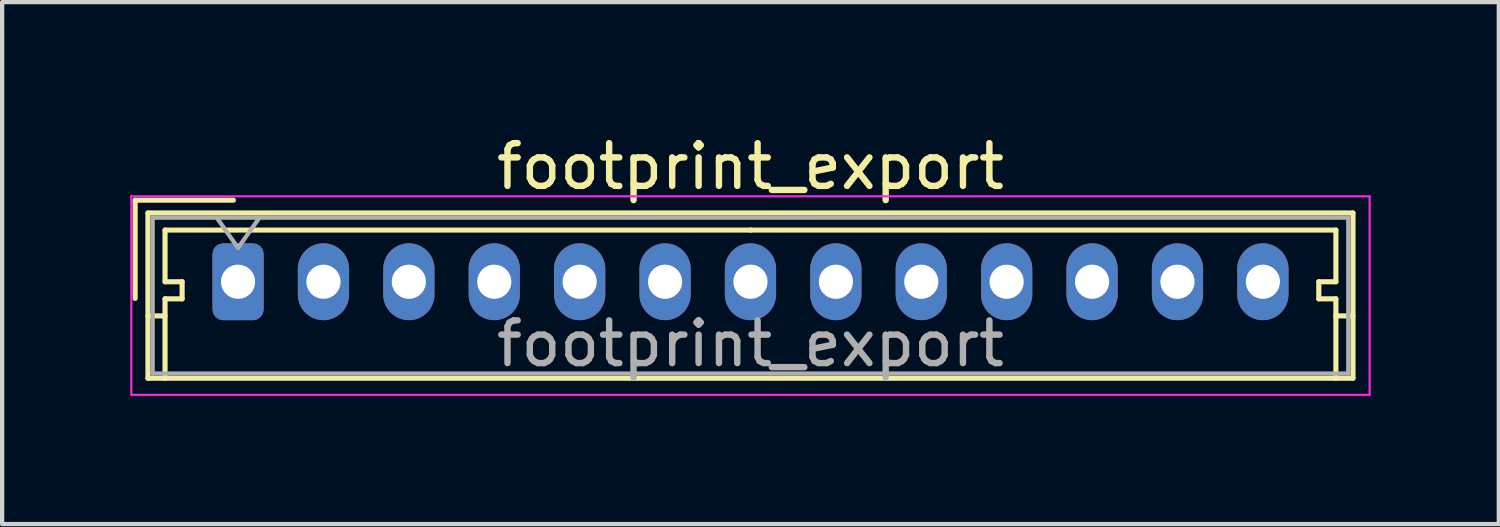
<source format=kicad_pcb>
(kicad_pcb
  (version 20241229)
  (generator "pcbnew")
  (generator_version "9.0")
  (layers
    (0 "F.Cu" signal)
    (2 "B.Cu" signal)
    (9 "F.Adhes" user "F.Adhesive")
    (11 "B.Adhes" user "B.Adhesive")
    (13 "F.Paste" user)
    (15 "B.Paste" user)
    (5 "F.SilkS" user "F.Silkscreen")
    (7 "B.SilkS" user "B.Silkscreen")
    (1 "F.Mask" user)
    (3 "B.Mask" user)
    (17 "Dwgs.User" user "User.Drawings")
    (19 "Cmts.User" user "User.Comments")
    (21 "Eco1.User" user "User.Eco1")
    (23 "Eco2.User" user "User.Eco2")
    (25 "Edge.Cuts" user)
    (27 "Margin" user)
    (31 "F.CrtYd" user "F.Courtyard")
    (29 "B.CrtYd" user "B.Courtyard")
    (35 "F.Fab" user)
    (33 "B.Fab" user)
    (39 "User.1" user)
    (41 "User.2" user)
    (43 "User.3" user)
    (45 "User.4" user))
  (footprint "footprint_export"
    (layer "F.Cu")
    (at 2.525 3.548)
    (property "Reference" "footprint_export" (at 12 -2.7 0) (layer "F.SilkS") (effects (font (size 1 1) (thickness 0.15))))
    (attr through_hole)
    (fp_line (start -2.41 -1.91) (end -2.41 0.39) (stroke (width 0.12) (type solid)) (layer "F.SilkS"))
    (fp_line (start -2.11 -1.61) (end -2.11 2.26) (stroke (width 0.12) (type solid)) (layer "F.SilkS"))
    (fp_line (start -2.11 0.8) (end -1.71 0.8) (stroke (width 0.12) (type solid)) (layer "F.SilkS"))
    (fp_line (start -2.11 2.26) (end 26.11 2.26) (stroke (width 0.12) (type solid)) (layer "F.SilkS"))
    (fp_line (start -1.71 -1.21) (end -1.71 0) (stroke (width 0.12) (type solid)) (layer "F.SilkS"))
    (fp_line (start -1.71 0) (end -1.31 0) (stroke (width 0.12) (type solid)) (layer "F.SilkS"))
    (fp_line (start -1.71 0.4) (end -1.71 2.26) (stroke (width 0.12) (type solid)) (layer "F.SilkS"))
    (fp_line (start -1.31 0) (end -1.31 0.4) (stroke (width 0.12) (type solid)) (layer "F.SilkS"))
    (fp_line (start -1.31 0.4) (end -1.71 0.4) (stroke (width 0.12) (type solid)) (layer "F.SilkS"))
    (fp_line (start -0.11 -1.91) (end -2.41 -1.91) (stroke (width 0.12) (type solid)) (layer "F.SilkS"))
    (fp_line (start 12 -1.21) (end -1.71 -1.21) (stroke (width 0.12) (type solid)) (layer "F.SilkS"))
    (fp_line (start 12 -1.21) (end 25.71 -1.21) (stroke (width 0.12) (type solid)) (layer "F.SilkS"))
    (fp_line (start 25.31 0) (end 25.31 0.4) (stroke (width 0.12) (type solid)) (layer "F.SilkS"))
    (fp_line (start 25.31 0.4) (end 25.71 0.4) (stroke (width 0.12) (type solid)) (layer "F.SilkS"))
    (fp_line (start 25.71 -1.21) (end 25.71 0) (stroke (width 0.12) (type solid)) (layer "F.SilkS"))
    (fp_line (start 25.71 0) (end 25.31 0) (stroke (width 0.12) (type solid)) (layer "F.SilkS"))
    (fp_line (start 25.71 0.4) (end 25.71 2.26) (stroke (width 0.12) (type solid)) (layer "F.SilkS"))
    (fp_line (start 26.11 -1.61) (end -2.11 -1.61) (stroke (width 0.12) (type solid)) (layer "F.SilkS"))
    (fp_line (start 26.11 0.8) (end 25.71 0.8) (stroke (width 0.12) (type solid)) (layer "F.SilkS"))
    (fp_line (start 26.11 2.26) (end 26.11 -1.61) (stroke (width 0.12) (type solid)) (layer "F.SilkS"))
    (fp_line (start -2.5 -2) (end -2.5 2.65) (stroke (width 0.05) (type solid)) (layer "F.CrtYd"))
    (fp_line (start -2.5 2.65) (end 26.5 2.65) (stroke (width 0.05) (type solid)) (layer "F.CrtYd"))
    (fp_line (start 26.5 -2) (end -2.5 -2) (stroke (width 0.05) (type solid)) (layer "F.CrtYd"))
    (fp_line (start 26.5 2.65) (end 26.5 -2) (stroke (width 0.05) (type solid)) (layer "F.CrtYd"))
    (fp_line (start -2 -1.5) (end -2 2.15) (stroke (width 0.1) (type solid)) (layer "F.Fab"))
    (fp_line (start -2 2.15) (end 26 2.15) (stroke (width 0.1) (type solid)) (layer "F.Fab"))
    (fp_line (start -0.5 -1.5) (end 0 -0.793) (stroke (width 0.1) (type solid)) (layer "F.Fab"))
    (fp_line (start 0 -0.793) (end 0.5 -1.5) (stroke (width 0.1) (type solid)) (layer "F.Fab"))
    (fp_line (start 26 -1.5) (end -2 -1.5) (stroke (width 0.1) (type solid)) (layer "F.Fab"))
    (fp_line (start 26 2.15) (end 26 -1.5) (stroke (width 0.1) (type solid)) (layer "F.Fab"))
    (fp_text user "${REFERENCE}" (at 12 1.45 0) (layer "F.Fab") (effects (font (size 1 1) (thickness 0.15))))
    (pad "1" thru_hole roundrect (at 0 0) (size 1.2 1.8) (drill 0.8) (layers "*.Cu" "*.Mask") (roundrect_rratio 0.208))
    (pad "2" thru_hole oval (at 2 0) (size 1.2 1.8) (drill 0.8) (layers "*.Cu" "*.Mask"))
    (pad "3" thru_hole oval (at 4 0) (size 1.2 1.8) (drill 0.8) (layers "*.Cu" "*.Mask"))
    (pad "4" thru_hole oval (at 6 0) (size 1.2 1.8) (drill 0.8) (layers "*.Cu" "*.Mask"))
    (pad "5" thru_hole oval (at 8 0) (size 1.2 1.8) (drill 0.8) (layers "*.Cu" "*.Mask"))
    (pad "6" thru_hole oval (at 10 0) (size 1.2 1.8) (drill 0.8) (layers "*.Cu" "*.Mask"))
    (pad "7" thru_hole oval (at 12 0) (size 1.2 1.8) (drill 0.8) (layers "*.Cu" "*.Mask"))
    (pad "8" thru_hole oval (at 14 0) (size 1.2 1.8) (drill 0.8) (layers "*.Cu" "*.Mask"))
    (pad "9" thru_hole oval (at 16 0) (size 1.2 1.8) (drill 0.8) (layers "*.Cu" "*.Mask"))
    (pad "10" thru_hole oval (at 18 0) (size 1.2 1.8) (drill 0.8) (layers "*.Cu" "*.Mask"))
    (pad "11" thru_hole oval (at 20 0) (size 1.2 1.8) (drill 0.8) (layers "*.Cu" "*.Mask"))
    (pad "12" thru_hole oval (at 22 0) (size 1.2 1.8) (drill 0.8) (layers "*.Cu" "*.Mask"))
    (pad "13" thru_hole oval (at 24 0) (size 1.2 1.8) (drill 0.8) (layers "*.Cu" "*.Mask")))
  (gr_rect
    (start -3 -3)
    (end 32.05 9.223)
    (stroke (width 0.1) (type default))
    (fill no)
    (layer "Edge.Cuts")))
</source>
